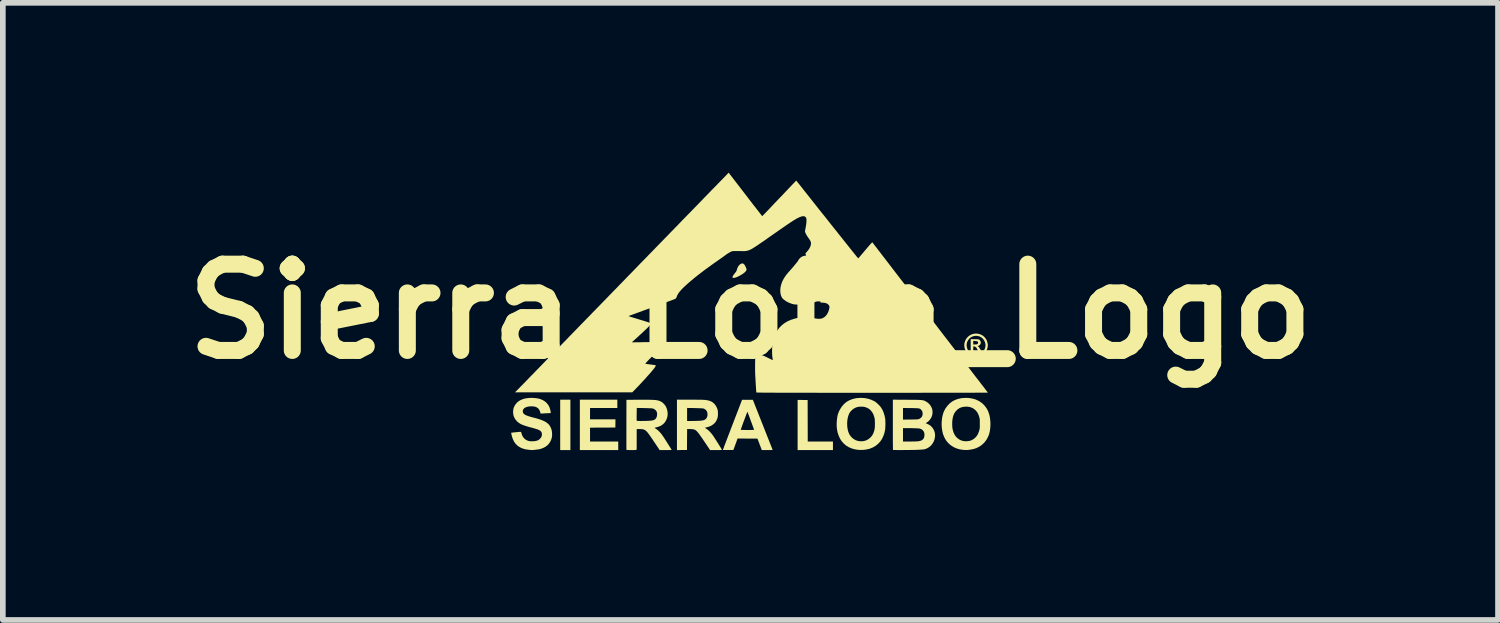
<source format=kicad_pcb>
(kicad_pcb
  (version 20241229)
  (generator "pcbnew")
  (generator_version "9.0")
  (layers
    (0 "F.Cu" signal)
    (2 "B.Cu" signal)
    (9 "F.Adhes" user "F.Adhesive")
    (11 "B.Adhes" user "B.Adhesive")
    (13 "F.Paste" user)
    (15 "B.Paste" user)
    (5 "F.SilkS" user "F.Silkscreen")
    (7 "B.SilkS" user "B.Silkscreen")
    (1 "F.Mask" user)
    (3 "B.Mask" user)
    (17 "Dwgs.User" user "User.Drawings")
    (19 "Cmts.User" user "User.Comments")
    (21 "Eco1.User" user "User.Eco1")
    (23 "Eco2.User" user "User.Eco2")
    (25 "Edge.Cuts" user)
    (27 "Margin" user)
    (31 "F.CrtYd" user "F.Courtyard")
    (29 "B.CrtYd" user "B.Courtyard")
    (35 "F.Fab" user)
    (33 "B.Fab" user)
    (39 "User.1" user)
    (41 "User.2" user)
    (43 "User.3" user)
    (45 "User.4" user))
  (footprint "Sierra_Lobo_Logo"
    (layer "F.Cu")
    (at 10.204 2.45)
    (property "Reference" "Sierra_Lobo_Logo" (at 0 0 0) (layer "F.SilkS") (effects (font (size 1.524 1.524) (thickness 0.3))))
    (attr board_only exclude_from_pos_files exclude_from_bom)
    (fp_poly (pts (xy -3.18 2.449) (xy -3.36 2.449) (xy -3.36 1.559) (xy -3.18 1.559)) (stroke (width 0) (type solid)) (fill yes) (layer "F.SilkS"))
    (fp_poly (pts (xy 1.01 1.565) (xy 1.011 1.932) (xy 1.012 2.298) (xy 1.457 2.298) (xy 1.457 2.449) (xy 0.833 2.449) (xy 0.833 1.563)) (stroke (width 0) (type solid)) (fill yes) (layer "F.SilkS"))
    (fp_poly (pts (xy -2.351 1.706) (xy -2.833 1.706) (xy -2.833 1.906) (xy -2.384 1.906) (xy -2.385 1.979) (xy -2.386 2.051) (xy -2.61 2.052) (xy -2.833 2.053) (xy -2.833 2.298) (xy -2.335 2.298) (xy -2.335 2.449) (xy -3.013 2.449) (xy -3.013 1.559) (xy -2.351 1.559)) (stroke (width 0) (type solid)) (fill yes) (layer "F.SilkS"))
    (fp_poly (pts (xy -0.126 -0.843) (xy -0.116 -0.836) (xy -0.106 -0.825) (xy -0.096 -0.809) (xy -0.086 -0.79) (xy -0.077 -0.771) (xy -0.071 -0.754) (xy -0.069 -0.742) (xy -0.073 -0.725) (xy -0.085 -0.706) (xy -0.106 -0.686) (xy -0.133 -0.665) (xy -0.169 -0.642) (xy -0.175 -0.639) (xy -0.213 -0.619) (xy -0.246 -0.604) (xy -0.273 -0.595) (xy -0.295 -0.592) (xy -0.311 -0.594) (xy -0.313 -0.595) (xy -0.318 -0.6) (xy -0.317 -0.611) (xy -0.309 -0.627) (xy -0.296 -0.648) (xy -0.276 -0.674) (xy -0.265 -0.687) (xy -0.253 -0.704) (xy -0.245 -0.719) (xy -0.24 -0.734) (xy -0.234 -0.756) (xy -0.225 -0.778) (xy -0.213 -0.799) (xy -0.201 -0.815) (xy -0.192 -0.824) (xy -0.172 -0.839) (xy -0.155 -0.846) (xy -0.14 -0.848)) (stroke (width 0) (type solid)) (fill yes) (layer "F.SilkS"))
    (fp_poly (pts (xy 3.962 0.491) (xy 3.988 0.491) (xy 4.007 0.492) (xy 4.021 0.493) (xy 4.03 0.494) (xy 4.037 0.496) (xy 4.042 0.499) (xy 4.044 0.5) (xy 4.056 0.514) (xy 4.065 0.532) (xy 4.069 0.551) (xy 4.068 0.562) (xy 4.063 0.574) (xy 4.055 0.587) (xy 4.044 0.598) (xy 4.033 0.606) (xy 4.025 0.608) (xy 4.017 0.61) (xy 4.015 0.614) (xy 4.02 0.618) (xy 4.021 0.618) (xy 4.027 0.624) (xy 4.038 0.636) (xy 4.051 0.656) (xy 4.068 0.684) (xy 4.069 0.686) (xy 4.076 0.698) (xy 4.077 0.706) (xy 4.073 0.709) (xy 4.061 0.71) (xy 4.053 0.709) (xy 4.027 0.708) (xy 4.01 0.676) (xy 4.001 0.66) (xy 3.993 0.647) (xy 3.987 0.637) (xy 3.985 0.636) (xy 3.974 0.627) (xy 3.96 0.62) (xy 3.946 0.616) (xy 3.944 0.616) (xy 3.94 0.617) (xy 3.938 0.619) (xy 3.936 0.625) (xy 3.936 0.635) (xy 3.935 0.651) (xy 3.935 0.663) (xy 3.935 0.71) (xy 3.89 0.71) (xy 3.89 0.521) (xy 3.935 0.521) (xy 3.935 0.585) (xy 3.97 0.583) (xy 3.988 0.582) (xy 3.999 0.581) (xy 4.006 0.578) (xy 4.012 0.574) (xy 4.013 0.572) (xy 4.02 0.559) (xy 4.02 0.545) (xy 4.014 0.533) (xy 4.013 0.533) (xy 4.006 0.528) (xy 3.995 0.526) (xy 3.978 0.524) (xy 3.97 0.523) (xy 3.935 0.521) (xy 3.89 0.521) (xy 3.89 0.489)) (stroke (width 0) (type solid)) (fill yes) (layer "F.SilkS"))
    (fp_poly (pts (xy 4.024 0.395) (xy 4.062 0.406) (xy 4.097 0.423) (xy 4.127 0.447) (xy 4.153 0.477) (xy 4.173 0.511) (xy 4.186 0.55) (xy 4.186 0.552) (xy 4.192 0.587) (xy 4.191 0.62) (xy 4.186 0.645) (xy 4.173 0.683) (xy 4.154 0.717) (xy 4.128 0.746) (xy 4.098 0.77) (xy 4.064 0.788) (xy 4.026 0.8) (xy 3.986 0.804) (xy 3.984 0.804) (xy 3.965 0.803) (xy 3.946 0.801) (xy 3.931 0.798) (xy 3.93 0.798) (xy 3.893 0.784) (xy 3.861 0.764) (xy 3.833 0.738) (xy 3.81 0.708) (xy 3.792 0.675) (xy 3.781 0.639) (xy 3.777 0.608) (xy 3.818 0.608) (xy 3.824 0.64) (xy 3.835 0.671) (xy 3.853 0.699) (xy 3.876 0.723) (xy 3.905 0.744) (xy 3.937 0.758) (xy 3.952 0.761) (xy 3.972 0.762) (xy 3.99 0.762) (xy 4.011 0.761) (xy 4.027 0.758) (xy 4.041 0.754) (xy 4.051 0.75) (xy 4.083 0.731) (xy 4.109 0.707) (xy 4.129 0.68) (xy 4.143 0.649) (xy 4.15 0.617) (xy 4.151 0.584) (xy 4.144 0.551) (xy 4.131 0.519) (xy 4.111 0.489) (xy 4.104 0.482) (xy 4.078 0.459) (xy 4.048 0.443) (xy 4.016 0.434) (xy 3.982 0.431) (xy 3.949 0.435) (xy 3.917 0.445) (xy 3.887 0.462) (xy 3.864 0.482) (xy 3.842 0.511) (xy 3.827 0.542) (xy 3.819 0.575) (xy 3.818 0.608) (xy 3.777 0.608) (xy 3.776 0.602) (xy 3.779 0.564) (xy 3.782 0.55) (xy 3.796 0.51) (xy 3.817 0.475) (xy 3.843 0.446) (xy 3.874 0.422) (xy 3.909 0.405) (xy 3.947 0.394) (xy 3.984 0.391)) (stroke (width 0) (type solid)) (fill yes) (layer "F.SilkS"))
    (fp_poly (pts (xy -1.01 1.559) (xy -0.965 1.559) (xy -0.926 1.56) (xy -0.893 1.56) (xy -0.866 1.56) (xy -0.844 1.561) (xy -0.825 1.562) (xy -0.81 1.563) (xy -0.797 1.564) (xy -0.786 1.565) (xy -0.786 1.565) (xy -0.747 1.572) (xy -0.716 1.581) (xy -0.689 1.593) (xy -0.665 1.608) (xy -0.643 1.627) (xy -0.639 1.631) (xy -0.617 1.658) (xy -0.598 1.691) (xy -0.583 1.726) (xy -0.581 1.733) (xy -0.576 1.757) (xy -0.574 1.786) (xy -0.574 1.818) (xy -0.576 1.849) (xy -0.581 1.877) (xy -0.583 1.886) (xy -0.6 1.926) (xy -0.622 1.961) (xy -0.651 1.99) (xy -0.686 2.015) (xy -0.728 2.034) (xy -0.768 2.046) (xy -0.805 2.055) (xy -0.777 2.074) (xy -0.746 2.097) (xy -0.716 2.126) (xy -0.686 2.16) (xy -0.665 2.187) (xy -0.657 2.199) (xy -0.646 2.215) (xy -0.633 2.236) (xy -0.618 2.259) (xy -0.602 2.284) (xy -0.585 2.311) (xy -0.568 2.337) (xy -0.553 2.363) (xy -0.538 2.386) (xy -0.525 2.407) (xy -0.514 2.425) (xy -0.507 2.437) (xy -0.503 2.445) (xy -0.502 2.446) (xy -0.506 2.447) (xy -0.517 2.447) (xy -0.534 2.448) (xy -0.556 2.449) (xy -0.582 2.449) (xy -0.607 2.449) (xy -0.713 2.449) (xy -0.786 2.34) (xy -0.817 2.294) (xy -0.844 2.254) (xy -0.868 2.22) (xy -0.888 2.191) (xy -0.905 2.167) (xy -0.92 2.148) (xy -0.933 2.132) (xy -0.945 2.119) (xy -0.955 2.109) (xy -0.964 2.101) (xy -0.973 2.095) (xy -0.982 2.091) (xy -0.986 2.089) (xy -0.996 2.085) (xy -1.007 2.083) (xy -1.02 2.081) (xy -1.038 2.079) (xy -1.062 2.078) (xy -1.118 2.077) (xy -1.12 2.262) (xy -1.121 2.447) (xy -1.209 2.448) (xy -1.298 2.449) (xy -1.298 1.705) (xy -1.119 1.705) (xy -1.119 1.935) (xy -1.028 1.935) (xy -0.997 1.934) (xy -0.966 1.934) (xy -0.936 1.933) (xy -0.91 1.932) (xy -0.889 1.931) (xy -0.887 1.931) (xy -0.855 1.927) (xy -0.83 1.922) (xy -0.811 1.915) (xy -0.795 1.906) (xy -0.782 1.893) (xy -0.782 1.893) (xy -0.768 1.871) (xy -0.76 1.844) (xy -0.758 1.814) (xy -0.762 1.784) (xy -0.773 1.759) (xy -0.79 1.738) (xy -0.813 1.722) (xy -0.833 1.714) (xy -0.84 1.713) (xy -0.855 1.712) (xy -0.875 1.711) (xy -0.901 1.71) (xy -0.93 1.709) (xy -0.962 1.708) (xy -0.983 1.707) (xy -1.119 1.705) (xy -1.298 1.705) (xy -1.298 1.559) (xy -1.063 1.559)) (stroke (width 0) (type solid)) (fill yes) (layer "F.SilkS"))
    (fp_poly (pts (xy 3.866 1.53) (xy 3.923 1.54) (xy 3.976 1.555) (xy 4.025 1.577) (xy 4.057 1.596) (xy 4.102 1.63) (xy 4.14 1.67) (xy 4.172 1.714) (xy 4.198 1.763) (xy 4.217 1.818) (xy 4.23 1.877) (xy 4.237 1.942) (xy 4.239 1.988) (xy 4.236 2.053) (xy 4.228 2.113) (xy 4.215 2.168) (xy 4.195 2.218) (xy 4.17 2.264) (xy 4.139 2.306) (xy 4.121 2.326) (xy 4.081 2.362) (xy 4.036 2.392) (xy 3.986 2.416) (xy 3.93 2.433) (xy 3.87 2.443) (xy 3.856 2.445) (xy 3.836 2.447) (xy 3.821 2.448) (xy 3.808 2.448) (xy 3.796 2.448) (xy 3.781 2.447) (xy 3.761 2.445) (xy 3.754 2.445) (xy 3.695 2.436) (xy 3.641 2.42) (xy 3.59 2.397) (xy 3.543 2.368) (xy 3.501 2.333) (xy 3.465 2.292) (xy 3.439 2.253) (xy 3.417 2.208) (xy 3.399 2.159) (xy 3.387 2.105) (xy 3.379 2.049) (xy 3.377 2.001) (xy 3.563 2.001) (xy 3.566 2.055) (xy 3.576 2.103) (xy 3.59 2.147) (xy 3.597 2.161) (xy 3.619 2.199) (xy 3.647 2.231) (xy 3.68 2.257) (xy 3.718 2.277) (xy 3.754 2.288) (xy 3.779 2.292) (xy 3.808 2.293) (xy 3.839 2.291) (xy 3.867 2.287) (xy 3.887 2.282) (xy 3.903 2.275) (xy 3.923 2.265) (xy 3.941 2.254) (xy 3.942 2.254) (xy 3.973 2.228) (xy 4 2.196) (xy 4.021 2.159) (xy 4.037 2.116) (xy 4.042 2.1) (xy 4.045 2.086) (xy 4.048 2.074) (xy 4.049 2.061) (xy 4.051 2.046) (xy 4.051 2.027) (xy 4.051 2.002) (xy 4.051 1.982) (xy 4.051 1.952) (xy 4.051 1.929) (xy 4.05 1.911) (xy 4.048 1.897) (xy 4.046 1.884) (xy 4.043 1.871) (xy 4.042 1.867) (xy 4.027 1.824) (xy 4.009 1.787) (xy 3.985 1.755) (xy 3.976 1.747) (xy 3.945 1.72) (xy 3.91 1.701) (xy 3.872 1.688) (xy 3.829 1.682) (xy 3.809 1.682) (xy 3.765 1.685) (xy 3.725 1.694) (xy 3.69 1.709) (xy 3.657 1.732) (xy 3.639 1.749) (xy 3.615 1.778) (xy 3.595 1.81) (xy 3.581 1.847) (xy 3.571 1.888) (xy 3.565 1.936) (xy 3.564 1.942) (xy 3.563 2.001) (xy 3.377 2.001) (xy 3.376 1.992) (xy 3.379 1.935) (xy 3.385 1.879) (xy 3.397 1.825) (xy 3.413 1.775) (xy 3.435 1.73) (xy 3.448 1.708) (xy 3.483 1.662) (xy 3.52 1.624) (xy 3.561 1.592) (xy 3.607 1.567) (xy 3.657 1.548) (xy 3.712 1.535) (xy 3.748 1.53) (xy 3.808 1.527)) (stroke (width 0) (type solid)) (fill yes) (layer "F.SilkS"))
    (fp_poly (pts (xy 0.068 1.624) (xy 0.074 1.642) (xy 0.084 1.665) (xy 0.095 1.694) (xy 0.108 1.727) (xy 0.123 1.764) (xy 0.138 1.802) (xy 0.153 1.841) (xy 0.164 1.869) (xy 0.182 1.913) (xy 0.201 1.962) (xy 0.222 2.015) (xy 0.244 2.07) (xy 0.265 2.125) (xy 0.286 2.178) (xy 0.306 2.227) (xy 0.314 2.248) (xy 0.329 2.286) (xy 0.343 2.322) (xy 0.356 2.354) (xy 0.367 2.383) (xy 0.377 2.407) (xy 0.384 2.426) (xy 0.389 2.44) (xy 0.392 2.446) (xy 0.392 2.447) (xy 0.388 2.448) (xy 0.377 2.448) (xy 0.36 2.448) (xy 0.339 2.449) (xy 0.313 2.449) (xy 0.296 2.449) (xy 0.201 2.449) (xy 0.186 2.411) (xy 0.18 2.394) (xy 0.171 2.371) (xy 0.161 2.346) (xy 0.152 2.32) (xy 0.148 2.31) (xy 0.124 2.247) (xy -0.052 2.246) (xy -0.228 2.245) (xy -0.238 2.274) (xy -0.243 2.288) (xy -0.25 2.308) (xy -0.259 2.331) (xy -0.268 2.356) (xy -0.275 2.376) (xy -0.301 2.447) (xy -0.393 2.448) (xy -0.424 2.448) (xy -0.448 2.448) (xy -0.465 2.448) (xy -0.477 2.447) (xy -0.483 2.446) (xy -0.486 2.444) (xy -0.486 2.444) (xy -0.484 2.44) (xy -0.48 2.428) (xy -0.473 2.41) (xy -0.464 2.385) (xy -0.453 2.355) (xy -0.439 2.32) (xy -0.424 2.28) (xy -0.407 2.236) (xy -0.389 2.188) (xy -0.369 2.137) (xy -0.352 2.091) (xy -0.171 2.091) (xy -0.168 2.092) (xy -0.156 2.093) (xy -0.139 2.093) (xy -0.117 2.093) (xy -0.091 2.094) (xy -0.061 2.094) (xy -0.053 2.094) (xy -0.018 2.094) (xy 0.009 2.094) (xy 0.029 2.093) (xy 0.044 2.093) (xy 0.054 2.092) (xy 0.06 2.091) (xy 0.063 2.09) (xy 0.064 2.088) (xy 0.063 2.087) (xy 0.061 2.081) (xy 0.057 2.069) (xy 0.05 2.051) (xy 0.042 2.028) (xy 0.032 2.001) (xy 0.021 1.97) (xy 0.008 1.937) (xy 0.005 1.929) (xy -0.007 1.895) (xy -0.018 1.864) (xy -0.029 1.836) (xy -0.038 1.812) (xy -0.045 1.793) (xy -0.05 1.78) (xy -0.053 1.773) (xy -0.053 1.772) (xy -0.055 1.775) (xy -0.059 1.785) (xy -0.065 1.8) (xy -0.073 1.82) (xy -0.082 1.844) (xy -0.092 1.871) (xy -0.103 1.9) (xy -0.114 1.93) (xy -0.126 1.96) (xy -0.136 1.989) (xy -0.146 2.017) (xy -0.155 2.041) (xy -0.162 2.062) (xy -0.167 2.078) (xy -0.171 2.088) (xy -0.171 2.091) (xy -0.352 2.091) (xy -0.349 2.083) (xy -0.327 2.026) (xy -0.317 2) (xy -0.148 1.561) (xy 0.042 1.561)) (stroke (width 0) (type solid)) (fill yes) (layer "F.SilkS"))
    (fp_poly (pts (xy 2.013 1.53) (xy 2.072 1.541) (xy 2.128 1.558) (xy 2.18 1.582) (xy 2.194 1.589) (xy 2.215 1.604) (xy 2.239 1.624) (xy 2.263 1.647) (xy 2.286 1.671) (xy 2.305 1.695) (xy 2.312 1.705) (xy 2.336 1.747) (xy 2.355 1.795) (xy 2.37 1.847) (xy 2.38 1.896) (xy 2.382 1.92) (xy 2.383 1.95) (xy 2.384 1.983) (xy 2.383 2.017) (xy 2.382 2.049) (xy 2.38 2.077) (xy 2.378 2.091) (xy 2.365 2.151) (xy 2.346 2.205) (xy 2.321 2.256) (xy 2.29 2.301) (xy 2.253 2.34) (xy 2.211 2.374) (xy 2.163 2.402) (xy 2.111 2.423) (xy 2.104 2.426) (xy 2.056 2.437) (xy 2.003 2.445) (xy 1.949 2.447) (xy 1.904 2.445) (xy 1.844 2.436) (xy 1.788 2.42) (xy 1.737 2.398) (xy 1.69 2.37) (xy 1.649 2.335) (xy 1.613 2.295) (xy 1.583 2.249) (xy 1.559 2.197) (xy 1.54 2.141) (xy 1.528 2.08) (xy 1.527 2.071) (xy 1.523 2.024) (xy 1.523 1.992) (xy 1.708 1.992) (xy 1.71 2.035) (xy 1.717 2.083) (xy 1.728 2.125) (xy 1.742 2.161) (xy 1.761 2.193) (xy 1.786 2.222) (xy 1.79 2.227) (xy 1.823 2.254) (xy 1.86 2.275) (xy 1.9 2.288) (xy 1.943 2.294) (xy 1.987 2.292) (xy 2.01 2.288) (xy 2.047 2.276) (xy 2.082 2.257) (xy 2.114 2.232) (xy 2.141 2.203) (xy 2.161 2.172) (xy 2.169 2.154) (xy 2.178 2.132) (xy 2.185 2.11) (xy 2.187 2.103) (xy 2.191 2.088) (xy 2.193 2.075) (xy 2.195 2.061) (xy 2.197 2.046) (xy 2.197 2.027) (xy 2.198 2.003) (xy 2.198 1.986) (xy 2.198 1.957) (xy 2.197 1.934) (xy 2.196 1.917) (xy 2.195 1.902) (xy 2.193 1.888) (xy 2.189 1.874) (xy 2.189 1.872) (xy 2.174 1.825) (xy 2.154 1.786) (xy 2.128 1.752) (xy 2.098 1.724) (xy 2.062 1.703) (xy 2.022 1.689) (xy 2.019 1.688) (xy 1.997 1.684) (xy 1.97 1.682) (xy 1.941 1.682) (xy 1.914 1.684) (xy 1.891 1.688) (xy 1.854 1.701) (xy 1.818 1.721) (xy 1.787 1.747) (xy 1.76 1.777) (xy 1.755 1.785) (xy 1.738 1.817) (xy 1.725 1.855) (xy 1.715 1.898) (xy 1.709 1.944) (xy 1.708 1.992) (xy 1.523 1.992) (xy 1.523 1.974) (xy 1.526 1.923) (xy 1.532 1.874) (xy 1.541 1.83) (xy 1.543 1.821) (xy 1.559 1.775) (xy 1.582 1.73) (xy 1.61 1.686) (xy 1.642 1.647) (xy 1.664 1.625) (xy 1.703 1.594) (xy 1.746 1.57) (xy 1.794 1.551) (xy 1.846 1.537) (xy 1.891 1.53) (xy 1.952 1.527)) (stroke (width 0) (type solid)) (fill yes) (layer "F.SilkS"))
    (fp_poly (pts (xy 2.767 1.56) (xy 2.821 1.561) (xy 2.868 1.561) (xy 2.908 1.561) (xy 2.942 1.562) (xy 2.971 1.563) (xy 2.994 1.564) (xy 3.014 1.565) (xy 3.03 1.567) (xy 3.044 1.569) (xy 3.055 1.571) (xy 3.066 1.575) (xy 3.075 1.578) (xy 3.085 1.583) (xy 3.095 1.588) (xy 3.1 1.591) (xy 3.134 1.613) (xy 3.163 1.641) (xy 3.187 1.674) (xy 3.205 1.711) (xy 3.211 1.731) (xy 3.215 1.759) (xy 3.216 1.79) (xy 3.212 1.822) (xy 3.205 1.85) (xy 3.205 1.85) (xy 3.189 1.884) (xy 3.167 1.916) (xy 3.141 1.943) (xy 3.113 1.963) (xy 3.094 1.974) (xy 3.119 1.984) (xy 3.156 2.002) (xy 3.189 2.026) (xy 3.216 2.056) (xy 3.237 2.089) (xy 3.252 2.127) (xy 3.26 2.167) (xy 3.26 2.205) (xy 3.253 2.251) (xy 3.239 2.293) (xy 3.218 2.331) (xy 3.192 2.365) (xy 3.161 2.393) (xy 3.125 2.416) (xy 3.085 2.432) (xy 3.074 2.435) (xy 3.06 2.437) (xy 3.04 2.439) (xy 3.013 2.441) (xy 2.979 2.443) (xy 2.938 2.445) (xy 2.931 2.445) (xy 2.9 2.446) (xy 2.866 2.447) (xy 2.829 2.447) (xy 2.791 2.448) (xy 2.752 2.448) (xy 2.713 2.448) (xy 2.676 2.449) (xy 2.64 2.449) (xy 2.607 2.449) (xy 2.578 2.448) (xy 2.554 2.448) (xy 2.535 2.448) (xy 2.523 2.447) (xy 2.517 2.446) (xy 2.517 2.446) (xy 2.517 2.442) (xy 2.517 2.43) (xy 2.516 2.411) (xy 2.516 2.385) (xy 2.516 2.353) (xy 2.515 2.316) (xy 2.515 2.274) (xy 2.515 2.227) (xy 2.515 2.177) (xy 2.515 2.123) (xy 2.515 2.066) (xy 2.515 2.061) (xy 2.694 2.061) (xy 2.694 2.298) (xy 2.812 2.298) (xy 2.844 2.298) (xy 2.875 2.297) (xy 2.904 2.297) (xy 2.929 2.296) (xy 2.949 2.295) (xy 2.962 2.294) (xy 2.963 2.294) (xy 2.997 2.287) (xy 3.025 2.276) (xy 3.047 2.259) (xy 3.062 2.238) (xy 3.071 2.211) (xy 3.073 2.18) (xy 3.073 2.171) (xy 3.069 2.142) (xy 3.058 2.117) (xy 3.042 2.098) (xy 3.032 2.09) (xy 3.023 2.083) (xy 3.014 2.078) (xy 3.004 2.074) (xy 2.993 2.07) (xy 2.98 2.068) (xy 2.963 2.066) (xy 2.942 2.065) (xy 2.916 2.064) (xy 2.883 2.063) (xy 2.844 2.062) (xy 2.834 2.062) (xy 2.694 2.061) (xy 2.515 2.061) (xy 2.515 2.006) (xy 2.515 1.706) (xy 2.694 1.706) (xy 2.694 1.911) (xy 2.826 1.909) (xy 2.863 1.909) (xy 2.893 1.908) (xy 2.917 1.908) (xy 2.935 1.907) (xy 2.949 1.906) (xy 2.96 1.905) (xy 2.968 1.903) (xy 2.975 1.901) (xy 2.978 1.9) (xy 2.997 1.89) (xy 3.015 1.875) (xy 3.029 1.858) (xy 3.036 1.842) (xy 3.041 1.813) (xy 3.04 1.786) (xy 3.032 1.76) (xy 3.017 1.739) (xy 3.015 1.737) (xy 3.008 1.73) (xy 3 1.724) (xy 2.993 1.719) (xy 2.984 1.716) (xy 2.972 1.713) (xy 2.957 1.711) (xy 2.938 1.71) (xy 2.914 1.709) (xy 2.883 1.708) (xy 2.846 1.707) (xy 2.83 1.707) (xy 2.694 1.706) (xy 2.515 1.706) (xy 2.515 1.559)) (stroke (width 0) (type solid)) (fill yes) (layer "F.SilkS"))
    (fp_poly (pts (xy -3.81 1.53) (xy -3.765 1.535) (xy -3.725 1.544) (xy -3.714 1.547) (xy -3.669 1.566) (xy -3.63 1.59) (xy -3.597 1.62) (xy -3.569 1.655) (xy -3.549 1.694) (xy -3.535 1.739) (xy -3.529 1.772) (xy -3.526 1.795) (xy -3.579 1.798) (xy -3.603 1.799) (xy -3.629 1.8) (xy -3.653 1.802) (xy -3.669 1.802) (xy -3.706 1.805) (xy -3.709 1.793) (xy -3.719 1.759) (xy -3.734 1.731) (xy -3.753 1.709) (xy -3.778 1.693) (xy -3.808 1.682) (xy -3.844 1.677) (xy -3.87 1.676) (xy -3.908 1.678) (xy -3.942 1.685) (xy -3.971 1.695) (xy -3.993 1.708) (xy -4.009 1.725) (xy -4.019 1.744) (xy -4.021 1.761) (xy -4.02 1.777) (xy -4.015 1.791) (xy -4.007 1.804) (xy -3.995 1.816) (xy -3.978 1.827) (xy -3.956 1.837) (xy -3.927 1.848) (xy -3.892 1.859) (xy -3.85 1.871) (xy -3.829 1.876) (xy -3.773 1.891) (xy -3.724 1.906) (xy -3.682 1.921) (xy -3.646 1.937) (xy -3.615 1.953) (xy -3.59 1.971) (xy -3.568 1.99) (xy -3.55 2.011) (xy -3.535 2.035) (xy -3.527 2.051) (xy -3.514 2.085) (xy -3.506 2.123) (xy -3.503 2.163) (xy -3.504 2.203) (xy -3.511 2.24) (xy -3.515 2.253) (xy -3.533 2.296) (xy -3.557 2.334) (xy -3.587 2.366) (xy -3.624 2.393) (xy -3.666 2.414) (xy -3.715 2.431) (xy -3.723 2.433) (xy -3.737 2.436) (xy -3.755 2.438) (xy -3.778 2.441) (xy -3.801 2.444) (xy -3.825 2.446) (xy -3.845 2.448) (xy -3.861 2.449) (xy -3.87 2.448) (xy -3.877 2.448) (xy -3.889 2.447) (xy -3.905 2.445) (xy -3.914 2.444) (xy -3.971 2.436) (xy -4.022 2.422) (xy -4.067 2.402) (xy -4.107 2.377) (xy -4.141 2.345) (xy -4.17 2.308) (xy -4.193 2.264) (xy -4.21 2.216) (xy -4.215 2.198) (xy -4.219 2.18) (xy -4.222 2.165) (xy -4.223 2.162) (xy -4.226 2.143) (xy -4.212 2.141) (xy -4.203 2.14) (xy -4.188 2.138) (xy -4.168 2.136) (xy -4.146 2.134) (xy -4.123 2.132) (xy -4.102 2.13) (xy -4.083 2.128) (xy -4.068 2.127) (xy -4.06 2.127) (xy -4.06 2.127) (xy -4.054 2.128) (xy -4.05 2.133) (xy -4.046 2.144) (xy -4.045 2.148) (xy -4.033 2.187) (xy -4.014 2.221) (xy -3.991 2.248) (xy -3.962 2.27) (xy -3.928 2.285) (xy -3.918 2.288) (xy -3.891 2.293) (xy -3.861 2.294) (xy -3.829 2.293) (xy -3.797 2.289) (xy -3.769 2.282) (xy -3.748 2.274) (xy -3.732 2.263) (xy -3.716 2.248) (xy -3.702 2.232) (xy -3.692 2.217) (xy -3.686 2.198) (xy -3.683 2.176) (xy -3.684 2.155) (xy -3.686 2.145) (xy -3.692 2.132) (xy -3.699 2.121) (xy -3.709 2.111) (xy -3.722 2.102) (xy -3.74 2.092) (xy -3.763 2.083) (xy -3.792 2.074) (xy -3.827 2.063) (xy -3.869 2.052) (xy -3.872 2.051) (xy -3.921 2.038) (xy -3.963 2.025) (xy -3.999 2.013) (xy -4.029 2.002) (xy -4.055 1.99) (xy -4.077 1.977) (xy -4.097 1.964) (xy -4.114 1.949) (xy -4.128 1.936) (xy -4.155 1.902) (xy -4.175 1.866) (xy -4.187 1.828) (xy -4.192 1.786) (xy -4.192 1.775) (xy -4.189 1.733) (xy -4.178 1.693) (xy -4.159 1.656) (xy -4.133 1.622) (xy -4.124 1.612) (xy -4.097 1.588) (xy -4.068 1.57) (xy -4.035 1.555) (xy -3.997 1.542) (xy -3.99 1.54) (xy -3.949 1.533) (xy -3.904 1.528) (xy -3.857 1.527)) (stroke (width 0) (type solid)) (fill yes) (layer "F.SilkS"))
    (fp_poly (pts (xy -1.806 1.56) (xy -1.767 1.561) (xy -1.734 1.562) (xy -1.706 1.563) (xy -1.682 1.565) (xy -1.661 1.567) (xy -1.643 1.571) (xy -1.627 1.574) (xy -1.612 1.579) (xy -1.599 1.584) (xy -1.585 1.59) (xy -1.581 1.592) (xy -1.56 1.605) (xy -1.537 1.625) (xy -1.516 1.647) (xy -1.499 1.671) (xy -1.49 1.687) (xy -1.474 1.728) (xy -1.465 1.77) (xy -1.462 1.812) (xy -1.466 1.853) (xy -1.476 1.892) (xy -1.493 1.929) (xy -1.514 1.962) (xy -1.542 1.991) (xy -1.574 2.014) (xy -1.589 2.022) (xy -1.609 2.03) (xy -1.632 2.039) (xy -1.654 2.045) (xy -1.658 2.046) (xy -1.695 2.056) (xy -1.667 2.074) (xy -1.632 2.101) (xy -1.597 2.136) (xy -1.563 2.177) (xy -1.557 2.186) (xy -1.549 2.198) (xy -1.538 2.214) (xy -1.524 2.235) (xy -1.509 2.258) (xy -1.493 2.283) (xy -1.476 2.309) (xy -1.46 2.336) (xy -1.444 2.361) (xy -1.429 2.385) (xy -1.416 2.406) (xy -1.405 2.424) (xy -1.397 2.437) (xy -1.393 2.445) (xy -1.392 2.446) (xy -1.396 2.447) (xy -1.407 2.448) (xy -1.424 2.448) (xy -1.446 2.449) (xy -1.472 2.449) (xy -1.498 2.449) (xy -1.604 2.449) (xy -1.678 2.338) (xy -1.709 2.292) (xy -1.735 2.253) (xy -1.758 2.22) (xy -1.777 2.192) (xy -1.794 2.169) (xy -1.808 2.15) (xy -1.821 2.134) (xy -1.832 2.122) (xy -1.842 2.112) (xy -1.851 2.104) (xy -1.86 2.098) (xy -1.869 2.093) (xy -1.873 2.091) (xy -1.883 2.086) (xy -1.893 2.083) (xy -1.903 2.081) (xy -1.917 2.08) (xy -1.935 2.079) (xy -1.952 2.078) (xy -1.975 2.078) (xy -1.991 2.078) (xy -2.002 2.078) (xy -2.007 2.08) (xy -2.009 2.082) (xy -2.009 2.082) (xy -2.009 2.087) (xy -2.009 2.1) (xy -2.009 2.119) (xy -2.009 2.143) (xy -2.009 2.172) (xy -2.009 2.205) (xy -2.009 2.241) (xy -2.009 2.262) (xy -2.009 2.299) (xy -2.009 2.334) (xy -2.009 2.365) (xy -2.009 2.392) (xy -2.01 2.415) (xy -2.01 2.431) (xy -2.011 2.44) (xy -2.011 2.443) (xy -2.013 2.445) (xy -2.017 2.446) (xy -2.024 2.447) (xy -2.035 2.448) (xy -2.052 2.449) (xy -2.075 2.449) (xy -2.101 2.449) (xy -2.126 2.449) (xy -2.149 2.448) (xy -2.168 2.448) (xy -2.182 2.447) (xy -2.189 2.446) (xy -2.19 2.445) (xy -2.19 2.441) (xy -2.19 2.429) (xy -2.191 2.409) (xy -2.191 2.384) (xy -2.191 2.352) (xy -2.191 2.315) (xy -2.191 2.272) (xy -2.191 2.225) (xy -2.191 2.175) (xy -2.191 2.121) (xy -2.191 2.064) (xy -2.191 2.005) (xy -2.191 2.001) (xy -2.191 1.892) (xy -2.01 1.892) (xy -2.01 1.91) (xy -2.01 1.923) (xy -2.009 1.928) (xy -2.008 1.93) (xy -2.005 1.932) (xy -1.999 1.933) (xy -1.989 1.934) (xy -1.974 1.934) (xy -1.953 1.935) (xy -1.926 1.935) (xy -1.917 1.935) (xy -1.887 1.934) (xy -1.856 1.934) (xy -1.826 1.933) (xy -1.799 1.932) (xy -1.779 1.931) (xy -1.777 1.931) (xy -1.744 1.927) (xy -1.717 1.922) (xy -1.697 1.914) (xy -1.681 1.903) (xy -1.669 1.889) (xy -1.659 1.871) (xy -1.653 1.852) (xy -1.649 1.828) (xy -1.649 1.804) (xy -1.652 1.782) (xy -1.656 1.772) (xy -1.668 1.752) (xy -1.686 1.734) (xy -1.708 1.721) (xy -1.714 1.718) (xy -1.72 1.716) (xy -1.728 1.714) (xy -1.737 1.713) (xy -1.748 1.711) (xy -1.763 1.71) (xy -1.783 1.71) (xy -1.808 1.709) (xy -1.84 1.708) (xy -1.872 1.707) (xy -2.008 1.705) (xy -2.009 1.813) (xy -2.01 1.842) (xy -2.01 1.869) (xy -2.01 1.892) (xy -2.191 1.892) (xy -2.19 1.561) (xy -1.962 1.56) (xy -1.902 1.56) (xy -1.851 1.56)) (stroke (width 0) (type solid)) (fill yes) (layer "F.SilkS"))
    (fp_poly (pts (xy -0.09 -2.067) (xy -0.052 -2.018) (xy -0.016 -1.97) (xy 0.019 -1.925) (xy 0.052 -1.882) (xy 0.083 -1.843) (xy 0.111 -1.807) (xy 0.136 -1.774) (xy 0.158 -1.746) (xy 0.176 -1.723) (xy 0.19 -1.704) (xy 0.201 -1.691) (xy 0.206 -1.684) (xy 0.208 -1.683) (xy 0.211 -1.685) (xy 0.219 -1.694) (xy 0.232 -1.707) (xy 0.25 -1.725) (xy 0.272 -1.748) (xy 0.298 -1.775) (xy 0.327 -1.805) (xy 0.359 -1.839) (xy 0.393 -1.875) (xy 0.43 -1.914) (xy 0.469 -1.955) (xy 0.508 -1.996) (xy 0.549 -2.038) (xy 0.588 -2.079) (xy 0.624 -2.118) (xy 0.659 -2.154) (xy 0.691 -2.188) (xy 0.72 -2.218) (xy 0.745 -2.245) (xy 0.767 -2.267) (xy 0.784 -2.285) (xy 0.797 -2.299) (xy 0.805 -2.307) (xy 0.808 -2.31) (xy 0.811 -2.307) (xy 0.819 -2.298) (xy 0.829 -2.285) (xy 0.843 -2.268) (xy 0.859 -2.249) (xy 0.866 -2.24) (xy 0.906 -2.189) (xy 0.948 -2.135) (xy 0.993 -2.079) (xy 1.038 -2.022) (xy 1.085 -1.963) (xy 1.133 -1.902) (xy 1.181 -1.841) (xy 1.23 -1.779) (xy 1.28 -1.717) (xy 1.329 -1.656) (xy 1.378 -1.594) (xy 1.426 -1.533) (xy 1.473 -1.474) (xy 1.52 -1.416) (xy 1.564 -1.359) (xy 1.608 -1.305) (xy 1.649 -1.253) (xy 1.688 -1.204) (xy 1.725 -1.158) (xy 1.759 -1.115) (xy 1.79 -1.076) (xy 1.818 -1.042) (xy 1.842 -1.011) (xy 1.863 -0.986) (xy 1.879 -0.965) (xy 1.892 -0.95) (xy 1.9 -0.94) (xy 1.903 -0.937) (xy 1.903 -0.937) (xy 1.906 -0.94) (xy 1.914 -0.948) (xy 1.926 -0.962) (xy 1.942 -0.98) (xy 1.96 -1.002) (xy 1.982 -1.027) (xy 2.005 -1.055) (xy 2.027 -1.081) (xy 2.052 -1.11) (xy 2.075 -1.137) (xy 2.096 -1.162) (xy 2.115 -1.183) (xy 2.13 -1.2) (xy 2.142 -1.212) (xy 2.149 -1.22) (xy 2.152 -1.222) (xy 2.154 -1.218) (xy 2.162 -1.208) (xy 2.174 -1.193) (xy 2.189 -1.173) (xy 2.209 -1.147) (xy 2.232 -1.118) (xy 2.257 -1.084) (xy 2.286 -1.048) (xy 2.316 -1.008) (xy 2.349 -0.965) (xy 2.384 -0.92) (xy 2.413 -0.882) (xy 2.463 -0.817) (xy 2.514 -0.75) (xy 2.568 -0.68) (xy 2.624 -0.607) (xy 2.682 -0.532) (xy 2.741 -0.456) (xy 2.801 -0.377) (xy 2.863 -0.297) (xy 2.925 -0.216) (xy 2.988 -0.134) (xy 3.051 -0.052) (xy 3.115 0.031) (xy 3.178 0.113) (xy 3.241 0.195) (xy 3.304 0.277) (xy 3.366 0.358) (xy 3.427 0.438) (xy 3.488 0.516) (xy 3.546 0.592) (xy 3.604 0.667) (xy 3.659 0.739) (xy 3.712 0.808) (xy 3.764 0.875) (xy 3.813 0.938) (xy 3.859 0.998) (xy 3.902 1.055) (xy 3.942 1.107) (xy 3.979 1.155) (xy 4.013 1.199) (xy 4.043 1.237) (xy 4.068 1.271) (xy 4.09 1.299) (xy 4.107 1.321) (xy 4.12 1.338) (xy 4.126 1.346) (xy 4.144 1.369) (xy 4.159 1.39) (xy 4.173 1.407) (xy 4.183 1.421) (xy 4.19 1.431) (xy 4.193 1.434) (xy 4.188 1.435) (xy 4.177 1.435) (xy 4.157 1.435) (xy 4.13 1.435) (xy 4.096 1.435) (xy 4.054 1.435) (xy 4.006 1.435) (xy 3.952 1.436) (xy 3.892 1.436) (xy 3.825 1.436) (xy 3.753 1.436) (xy 3.675 1.436) (xy 3.592 1.436) (xy 3.504 1.436) (xy 3.411 1.436) (xy 3.314 1.436) (xy 3.213 1.436) (xy 3.107 1.436) (xy 2.998 1.437) (xy 2.885 1.437) (xy 2.769 1.437) (xy 2.65 1.437) (xy 2.528 1.437) (xy 2.404 1.437) (xy 2.277 1.437) (xy 2.149 1.437) (xy 1.99 1.437) (xy 1.838 1.437) (xy 1.695 1.437) (xy 1.558 1.437) (xy 1.43 1.437) (xy 1.309 1.437) (xy 1.194 1.437) (xy 1.087 1.436) (xy 0.986 1.436) (xy 0.892 1.436) (xy 0.804 1.436) (xy 0.723 1.436) (xy 0.647 1.436) (xy 0.577 1.436) (xy 0.513 1.436) (xy 0.455 1.436) (xy 0.401 1.435) (xy 0.353 1.435) (xy 0.309 1.435) (xy 0.271 1.435) (xy 0.237 1.435) (xy 0.207 1.434) (xy 0.181 1.434) (xy 0.16 1.434) (xy 0.142 1.433) (xy 0.128 1.433) (xy 0.117 1.433) (xy 0.11 1.432) (xy 0.106 1.432) (xy 0.104 1.432) (xy 0.103 1.426) (xy 0.102 1.413) (xy 0.101 1.394) (xy 0.099 1.37) (xy 0.097 1.341) (xy 0.095 1.309) (xy 0.093 1.275) (xy 0.091 1.239) (xy 0.089 1.203) (xy 0.087 1.167) (xy 0.085 1.143) (xy 0.084 1.113) (xy 0.083 1.078) (xy 0.082 1.039) (xy 0.082 0.999) (xy 0.082 0.962) (xy 0.082 0.943) (xy 0.084 0.831) (xy 0.096 0.806) (xy 0.107 0.788) (xy 0.12 0.776) (xy 0.137 0.77) (xy 0.159 0.767) (xy 0.162 0.767) (xy 0.176 0.768) (xy 0.19 0.77) (xy 0.205 0.774) (xy 0.222 0.78) (xy 0.243 0.788) (xy 0.269 0.8) (xy 0.299 0.815) (xy 0.315 0.823) (xy 0.338 0.834) (xy 0.359 0.844) (xy 0.375 0.852) (xy 0.387 0.858) (xy 0.393 0.86) (xy 0.394 0.86) (xy 0.394 0.856) (xy 0.393 0.846) (xy 0.392 0.837) (xy 0.386 0.797) (xy 0.383 0.753) (xy 0.382 0.707) (xy 0.382 0.663) (xy 0.384 0.638) (xy 0.39 0.575) (xy 0.4 0.518) (xy 0.415 0.465) (xy 0.434 0.415) (xy 0.446 0.389) (xy 0.476 0.335) (xy 0.512 0.286) (xy 0.554 0.244) (xy 0.601 0.207) (xy 0.654 0.175) (xy 0.714 0.149) (xy 0.78 0.128) (xy 0.794 0.124) (xy 0.812 0.12) (xy 0.83 0.117) (xy 0.85 0.115) (xy 0.874 0.113) (xy 0.903 0.112) (xy 0.908 0.111) (xy 0.946 0.111) (xy 0.986 0.111) (xy 1.026 0.113) (xy 1.064 0.115) (xy 1.099 0.118) (xy 1.13 0.122) (xy 1.15 0.125) (xy 1.188 0.13) (xy 1.219 0.13) (xy 1.239 0.129) (xy 1.254 0.126) (xy 1.267 0.122) (xy 1.282 0.116) (xy 1.283 0.115) (xy 1.313 0.096) (xy 1.339 0.069) (xy 1.361 0.036) (xy 1.379 -0.004) (xy 1.386 -0.026) (xy 1.392 -0.049) (xy 1.395 -0.066) (xy 1.396 -0.08) (xy 1.393 -0.091) (xy 1.39 -0.1) (xy 1.378 -0.119) (xy 1.358 -0.135) (xy 1.332 -0.146) (xy 1.3 -0.153) (xy 1.281 -0.154) (xy 1.241 -0.156) (xy 1.235 -0.173) (xy 1.231 -0.183) (xy 1.225 -0.198) (xy 1.217 -0.218) (xy 1.209 -0.24) (xy 1.206 -0.249) (xy 1.198 -0.27) (xy 1.191 -0.288) (xy 1.185 -0.301) (xy 1.181 -0.31) (xy 1.18 -0.312) (xy 1.177 -0.309) (xy 1.171 -0.3) (xy 1.163 -0.286) (xy 1.152 -0.268) (xy 1.141 -0.246) (xy 1.135 -0.235) (xy 1.093 -0.155) (xy 1.064 -0.147) (xy 1.033 -0.138) (xy 1.005 -0.131) (xy 0.978 -0.126) (xy 0.949 -0.123) (xy 0.918 -0.122) (xy 0.881 -0.121) (xy 0.867 -0.121) (xy 0.838 -0.121) (xy 0.815 -0.121) (xy 0.798 -0.122) (xy 0.783 -0.123) (xy 0.771 -0.125) (xy 0.759 -0.127) (xy 0.745 -0.131) (xy 0.742 -0.131) (xy 0.687 -0.15) (xy 0.637 -0.175) (xy 0.593 -0.206) (xy 0.571 -0.225) (xy 0.555 -0.246) (xy 0.542 -0.273) (xy 0.533 -0.305) (xy 0.528 -0.34) (xy 0.527 -0.379) (xy 0.53 -0.419) (xy 0.533 -0.434) (xy 0.546 -0.486) (xy 0.566 -0.538) (xy 0.594 -0.589) (xy 0.629 -0.641) (xy 0.672 -0.693) (xy 0.686 -0.708) (xy 0.7 -0.724) (xy 0.718 -0.744) (xy 0.738 -0.767) (xy 0.76 -0.792) (xy 0.78 -0.817) (xy 0.787 -0.826) (xy 0.805 -0.847) (xy 0.821 -0.867) (xy 0.835 -0.883) (xy 0.846 -0.895) (xy 0.853 -0.903) (xy 0.855 -0.905) (xy 0.86 -0.903) (xy 0.871 -0.898) (xy 0.887 -0.891) (xy 0.906 -0.881) (xy 0.929 -0.869) (xy 0.941 -0.862) (xy 0.965 -0.849) (xy 0.985 -0.838) (xy 1.003 -0.829) (xy 1.015 -0.822) (xy 1.023 -0.819) (xy 1.024 -0.818) (xy 1.023 -0.822) (xy 1.021 -0.833) (xy 1.017 -0.85) (xy 1.011 -0.872) (xy 1.005 -0.897) (xy 0.998 -0.923) (xy 0.971 -1.026) (xy 0.993 -1.049) (xy 1.02 -1.081) (xy 1.042 -1.114) (xy 1.058 -1.146) (xy 1.067 -1.177) (xy 1.069 -1.207) (xy 1.066 -1.229) (xy 1.061 -1.239) (xy 1.053 -1.254) (xy 1.043 -1.271) (xy 1.03 -1.289) (xy 1.028 -1.292) (xy 1.01 -1.318) (xy 0.994 -1.343) (xy 0.981 -1.367) (xy 0.971 -1.387) (xy 0.965 -1.403) (xy 0.963 -1.412) (xy 0.964 -1.42) (xy 0.966 -1.434) (xy 0.97 -1.453) (xy 0.974 -1.475) (xy 0.976 -1.488) (xy 0.984 -1.531) (xy 0.988 -1.569) (xy 0.99 -1.602) (xy 0.989 -1.629) (xy 0.985 -1.649) (xy 0.981 -1.657) (xy 0.968 -1.671) (xy 0.952 -1.68) (xy 0.931 -1.682) (xy 0.906 -1.678) (xy 0.876 -1.668) (xy 0.841 -1.652) (xy 0.825 -1.644) (xy 0.807 -1.634) (xy 0.787 -1.622) (xy 0.762 -1.607) (xy 0.734 -1.589) (xy 0.702 -1.568) (xy 0.665 -1.543) (xy 0.622 -1.514) (xy 0.575 -1.481) (xy 0.522 -1.445) (xy 0.463 -1.403) (xy 0.435 -1.384) (xy 0.372 -1.34) (xy 0.316 -1.301) (xy 0.266 -1.265) (xy 0.221 -1.234) (xy 0.181 -1.207) (xy 0.146 -1.183) (xy 0.115 -1.162) (xy 0.088 -1.144) (xy 0.064 -1.129) (xy 0.043 -1.116) (xy 0.025 -1.105) (xy 0.009 -1.097) (xy -0.005 -1.09) (xy -0.017 -1.084) (xy -0.029 -1.08) (xy -0.04 -1.076) (xy -0.051 -1.073) (xy -0.062 -1.071) (xy -0.062 -1.071) (xy -0.08 -1.067) (xy -0.1 -1.065) (xy -0.123 -1.064) (xy -0.151 -1.065) (xy -0.155 -1.065) (xy -0.195 -1.066) (xy -0.227 -1.066) (xy -0.254 -1.066) (xy -0.274 -1.066) (xy -0.29 -1.066) (xy -0.303 -1.066) (xy -0.313 -1.065) (xy -0.32 -1.063) (xy -0.327 -1.061) (xy -0.334 -1.059) (xy -0.336 -1.058) (xy -0.352 -1.051) (xy -0.373 -1.039) (xy -0.397 -1.025) (xy -0.422 -1.009) (xy -0.446 -0.991) (xy -0.453 -0.986) (xy -0.462 -0.979) (xy -0.477 -0.968) (xy -0.496 -0.955) (xy -0.519 -0.938) (xy -0.544 -0.921) (xy -0.571 -0.902) (xy -0.578 -0.897) (xy -0.659 -0.84) (xy -0.734 -0.786) (xy -0.803 -0.736) (xy -0.866 -0.688) (xy -0.926 -0.642) (xy -0.981 -0.598) (xy -1.033 -0.555) (xy -1.082 -0.514) (xy -1.13 -0.471) (xy -1.171 -0.433) (xy -1.207 -0.398) (xy -1.236 -0.366) (xy -1.26 -0.337) (xy -1.278 -0.31) (xy -1.292 -0.285) (xy -1.302 -0.262) (xy -1.302 -0.262) (xy -1.307 -0.246) (xy -1.312 -0.236) (xy -1.318 -0.229) (xy -1.328 -0.223) (xy -1.329 -0.222) (xy -1.335 -0.219) (xy -1.348 -0.214) (xy -1.368 -0.206) (xy -1.394 -0.196) (xy -1.426 -0.184) (xy -1.463 -0.171) (xy -1.504 -0.156) (xy -1.548 -0.139) (xy -1.597 -0.121) (xy -1.648 -0.102) (xy -1.701 -0.083) (xy -1.738 -0.07) (xy -1.792 -0.05) (xy -1.845 -0.031) (xy -1.895 -0.013) (xy -1.941 0.005) (xy -1.985 0.02) (xy -2.024 0.035) (xy -2.059 0.047) (xy -2.088 0.058) (xy -2.112 0.067) (xy -2.129 0.073) (xy -2.14 0.077) (xy -2.143 0.078) (xy -2.146 0.08) (xy -2.148 0.081) (xy -2.148 0.083) (xy -2.145 0.085) (xy -2.139 0.088) (xy -2.129 0.092) (xy -2.113 0.097) (xy -2.093 0.103) (xy -2.067 0.111) (xy -2.034 0.121) (xy -2.004 0.13) (xy -1.956 0.145) (xy -1.916 0.157) (xy -1.882 0.167) (xy -1.854 0.176) (xy -1.831 0.183) (xy -1.813 0.189) (xy -1.798 0.194) (xy -1.788 0.198) (xy -1.78 0.201) (xy -1.774 0.203) (xy -1.769 0.206) (xy -1.767 0.207) (xy -1.755 0.215) (xy -1.768 0.234) (xy -1.776 0.244) (xy -1.79 0.259) (xy -1.808 0.279) (xy -1.831 0.302) (xy -1.858 0.328) (xy -1.888 0.356) (xy -1.92 0.387) (xy -1.955 0.418) (xy -1.99 0.451) (xy -2.004 0.463) (xy -2.026 0.483) (xy -2.047 0.502) (xy -2.065 0.518) (xy -2.079 0.531) (xy -2.088 0.54) (xy -2.093 0.545) (xy -2.093 0.545) (xy -2.089 0.546) (xy -2.077 0.546) (xy -2.059 0.546) (xy -2.034 0.545) (xy -2.004 0.545) (xy -1.97 0.545) (xy -1.931 0.544) (xy -1.89 0.543) (xy -1.845 0.543) (xy -1.841 0.543) (xy -1.796 0.542) (xy -1.754 0.541) (xy -1.714 0.541) (xy -1.678 0.541) (xy -1.647 0.54) (xy -1.62 0.54) (xy -1.6 0.54) (xy -1.586 0.541) (xy -1.579 0.541) (xy -1.579 0.541) (xy -1.565 0.546) (xy -1.554 0.555) (xy -1.548 0.566) (xy -1.547 0.569) (xy -1.548 0.578) (xy -1.55 0.586) (xy -1.553 0.595) (xy -1.559 0.605) (xy -1.568 0.618) (xy -1.58 0.632) (xy -1.595 0.65) (xy -1.614 0.67) (xy -1.638 0.695) (xy -1.666 0.724) (xy -1.7 0.758) (xy -1.722 0.78) (xy -1.758 0.817) (xy -1.789 0.848) (xy -1.814 0.874) (xy -1.833 0.894) (xy -1.847 0.91) (xy -1.855 0.92) (xy -1.857 0.924) (xy -1.857 0.924) (xy -1.852 0.925) (xy -1.839 0.927) (xy -1.821 0.93) (xy -1.799 0.933) (xy -1.774 0.936) (xy -1.765 0.937) (xy -1.739 0.941) (xy -1.716 0.944) (xy -1.696 0.947) (xy -1.682 0.949) (xy -1.674 0.951) (xy -1.673 0.951) (xy -1.672 0.957) (xy -1.676 0.967) (xy -1.685 0.983) (xy -1.699 1.003) (xy -1.711 1.019) (xy -1.732 1.044) (xy -1.757 1.074) (xy -1.787 1.109) (xy -1.821 1.146) (xy -1.857 1.187) (xy -1.895 1.228) (xy -1.935 1.271) (xy -1.975 1.314) (xy -2.015 1.355) (xy -2.036 1.377) (xy -2.087 1.429) (xy -4.158 1.429) (xy -4.088 1.358) (xy -4.076 1.346) (xy -4.064 1.333) (xy -4.05 1.319) (xy -4.035 1.304) (xy -4.019 1.288) (xy -4.001 1.269) (xy -3.98 1.248) (xy -3.957 1.224) (xy -3.931 1.197) (xy -3.902 1.167) (xy -3.869 1.133) (xy -3.832 1.096) (xy -3.792 1.054) (xy -3.746 1.007) (xy -3.696 0.956) (xy -3.641 0.899) (xy -3.595 0.851) (xy -3.563 0.819) (xy -3.532 0.786) (xy -3.5 0.754) (xy -3.47 0.723) (xy -3.441 0.694) (xy -3.416 0.668) (xy -3.395 0.646) (xy -3.38 0.631) (xy -3.367 0.618) (xy -3.35 0.6) (xy -3.327 0.576) (xy -3.301 0.549) (xy -3.27 0.518) (xy -3.237 0.484) (xy -3.201 0.446) (xy -3.163 0.407) (xy -3.123 0.366) (xy -3.082 0.324) (xy -3.04 0.281) (xy -3.023 0.263) (xy -2.981 0.22) (xy -2.94 0.178) (xy -2.899 0.136) (xy -2.86 0.096) (xy -2.823 0.058) (xy -2.789 0.022) (xy -2.757 -0.01) (xy -2.729 -0.039) (xy -2.705 -0.064) (xy -2.685 -0.084) (xy -2.67 -0.099) (xy -2.666 -0.104) (xy -2.657 -0.113) (xy -2.647 -0.123) (xy -2.637 -0.134) (xy -2.625 -0.146) (xy -2.612 -0.159) (xy -2.597 -0.175) (xy -2.58 -0.192) (xy -2.561 -0.211) (xy -2.54 -0.233) (xy -2.516 -0.257) (xy -2.49 -0.285) (xy -2.46 -0.315) (xy -2.428 -0.349) (xy -2.391 -0.386) (xy -2.351 -0.427) (xy -2.308 -0.472) (xy -2.26 -0.521) (xy -2.208 -0.575) (xy -2.151 -0.634) (xy -2.089 -0.697) (xy -2.022 -0.766) (xy -1.951 -0.84) (xy -1.876 -0.916) (xy -1.832 -0.961) (xy -1.788 -1.007) (xy -1.742 -1.054) (xy -1.697 -1.1) (xy -1.653 -1.146) (xy -1.61 -1.19) (xy -1.569 -1.232) (xy -1.532 -1.27) (xy -1.498 -1.305) (xy -1.468 -1.335) (xy -1.449 -1.355) (xy -1.427 -1.378) (xy -1.399 -1.407) (xy -1.366 -1.44) (xy -1.33 -1.478) (xy -1.29 -1.518) (xy -1.248 -1.562) (xy -1.203 -1.609) (xy -1.156 -1.657) (xy -1.108 -1.706) (xy -1.059 -1.756) (xy -1.011 -1.806) (xy -0.962 -1.856) (xy -0.945 -1.873) (xy -0.899 -1.921) (xy -0.854 -1.967) (xy -0.81 -2.013) (xy -0.767 -2.057) (xy -0.726 -2.099) (xy -0.688 -2.139) (xy -0.652 -2.175) (xy -0.619 -2.209) (xy -0.59 -2.238) (xy -0.566 -2.264) (xy -0.545 -2.285) (xy -0.53 -2.3) (xy -0.522 -2.308) (xy -0.501 -2.33) (xy -0.479 -2.353) (xy -0.457 -2.375) (xy -0.439 -2.394) (xy -0.424 -2.41) (xy -0.42 -2.414) (xy -0.385 -2.45)) (stroke (width 0) (type solid)) (fill yes) (layer "F.SilkS")))
  (gr_rect
    (start -3 -3)
    (end 23.407 7.899)
    (stroke (width 0.1) (type default))
    (fill no)
    (layer "Edge.Cuts")))
</source>
